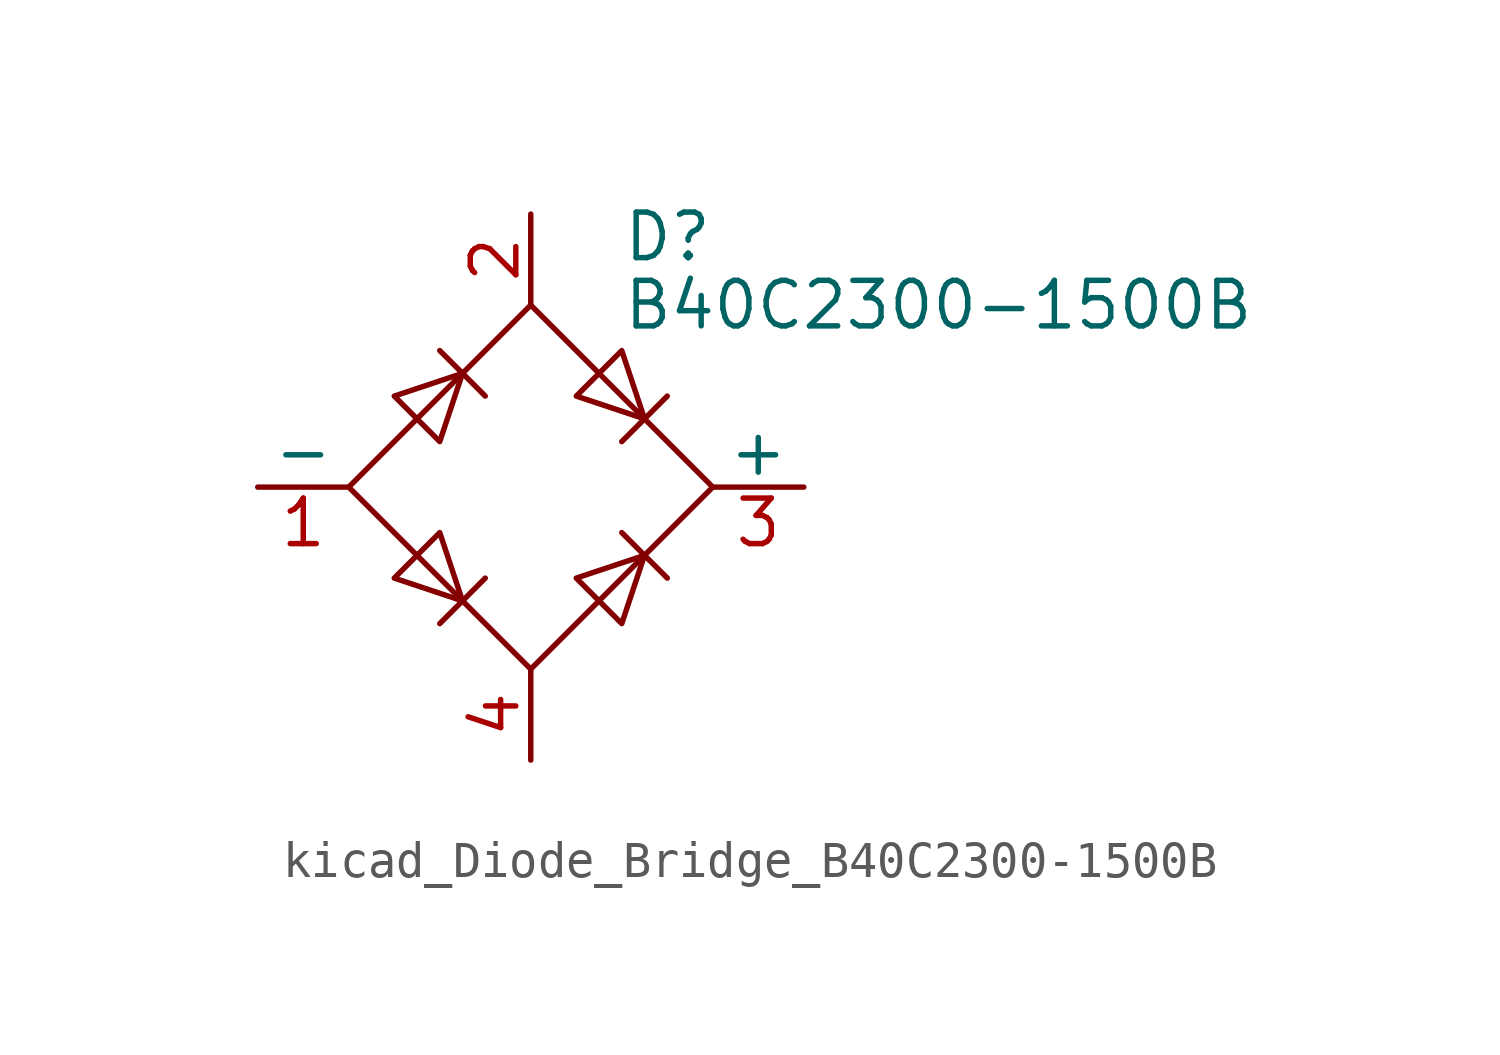
<source format=kicad_sym>
(kicad_symbol_lib
  (version 20220914)
  (generator kicad_symbol_editor)
  (symbol "kicad_Diode_Bridge_B40C2300-1500B"
    (pin_names
      (offset 0))
    (property "Reference" "D"
      (at 2.54 6.985 0)
      (effects (font (size 1.27 1.27)) (justify left)))
    (property "Value" "B40C2300-1500B"
      (at 2.54 5.08 0)
      (effects (font (size 1.27 1.27)) (justify left)))
    (symbol "kicad_Diode_Bridge_B40C2300-1500B_0_1"
      (polyline (pts (xy -2.54 3.81) (xy -1.27 2.54)) (stroke (width 0) (type default)) (fill (type none)))
      (polyline (pts (xy -1.27 -2.54) (xy -2.54 -3.81)) (stroke (width 0) (type default)) (fill (type none)))
      (polyline (pts (xy 2.54 -1.27) (xy 3.81 -2.54)) (stroke (width 0) (type default)) (fill (type none)))
      (polyline (pts (xy 2.54 1.27) (xy 3.81 2.54)) (stroke (width 0) (type default)) (fill (type none)))
      (polyline (pts (xy -3.81 2.54) (xy -2.54 1.27) (xy -1.905 3.175) (xy -3.81 2.54)) (stroke (width 0) (type default)) (fill (type none)))
      (polyline (pts (xy -2.54 -1.27) (xy -3.81 -2.54) (xy -1.905 -3.175) (xy -2.54 -1.27)) (stroke (width 0) (type default)) (fill (type none)))
      (polyline (pts (xy 1.27 2.54) (xy 2.54 3.81) (xy 3.175 1.905) (xy 1.27 2.54)) (stroke (width 0) (type default)) (fill (type none)))
      (polyline (pts (xy 3.175 -1.905) (xy 1.27 -2.54) (xy 2.54 -3.81) (xy 3.175 -1.905)) (stroke (width 0) (type default)) (fill (type none)))
      (polyline (pts (xy -5.08 0) (xy 0 -5.08) (xy 5.08 0) (xy 0 5.08) (xy -5.08 0)) (stroke (width 0) (type default)) (fill (type none))))
    (symbol "kicad_Diode_Bridge_B40C2300-1500B_1_1"
      (pin passive line (at -7.62 0 0) (length 2.54) (name "-" (effects (font (size 1.27 1.27)))) (number "1" (effects (font (size 1.27 1.27)))))
      (pin passive line (at 0 7.62 270) (length 2.54) (name "~" (effects (font (size 1.27 1.27)))) (number "2" (effects (font (size 1.27 1.27)))))
      (pin passive line (at 7.62 0 180) (length 2.54) (name "+" (effects (font (size 1.27 1.27)))) (number "3" (effects (font (size 1.27 1.27)))))
      (pin passive line (at 0 -7.62 90) (length 2.54) (name "~" (effects (font (size 1.27 1.27)))) (number "4" (effects (font (size 1.27 1.27))))))))
</source>
